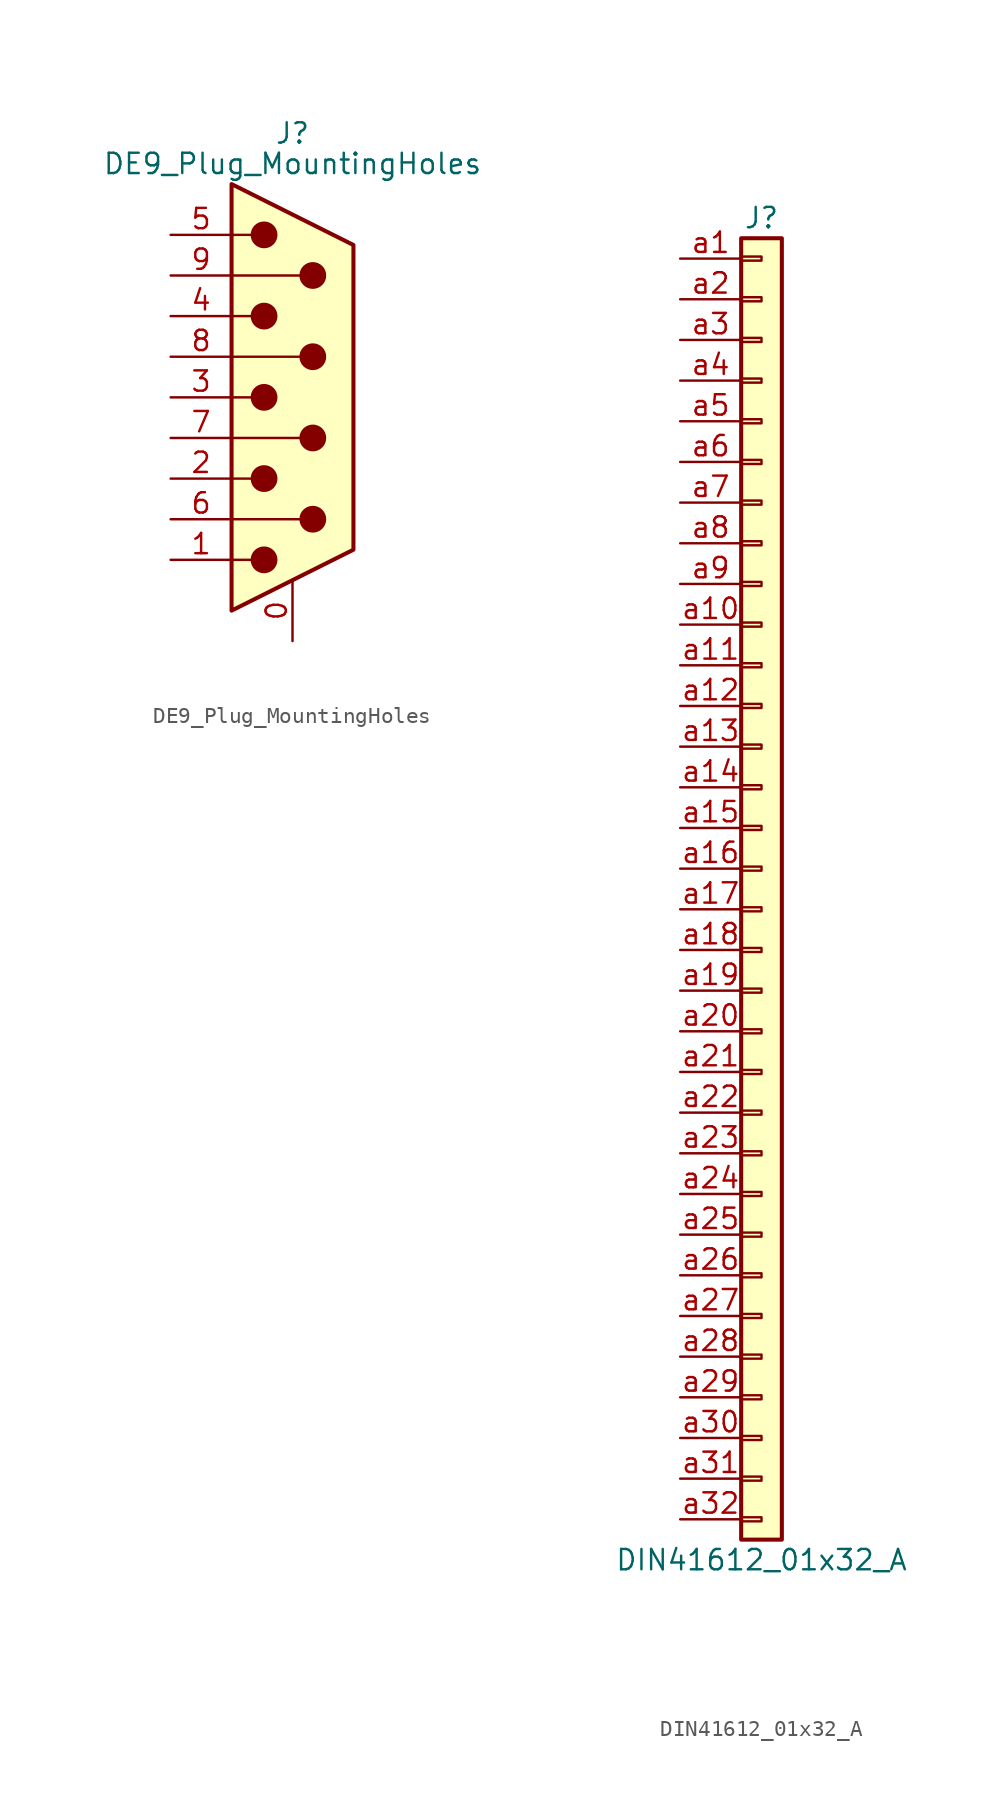
<source format=kicad_sym>
(kicad_symbol_lib
  (version 20220914)
  (generator kicad_symbol_editor)
  (symbol "DE9_Plug_MountingHoles"
    (pin_names
      (offset 1.016) hide)
    (property "Reference" "J"
      (at 0 16.51 0)
      (effects (font (size 1.27 1.27))))
    (property "Value" "DE9_Plug_MountingHoles"
      (at 0 14.605 0)
      (effects (font (size 1.27 1.27))))
    (symbol "DE9_Plug_MountingHoles_0_1"
      (circle (center -1.778 -10.16) (radius 0.762) (stroke (width 0) (type default)) (fill (type outline)))
      (circle (center -1.778 -5.08) (radius 0.762) (stroke (width 0) (type default)) (fill (type outline)))
      (circle (center -1.778 0) (radius 0.762) (stroke (width 0) (type default)) (fill (type outline)))
      (circle (center -1.778 5.08) (radius 0.762) (stroke (width 0) (type default)) (fill (type outline)))
      (circle (center -1.778 10.16) (radius 0.762) (stroke (width 0) (type default)) (fill (type outline)))
      (polyline (pts (xy -3.81 -10.16) (xy -2.54 -10.16)) (stroke (width 0) (type default)) (fill (type none)))
      (polyline (pts (xy -3.81 -7.62) (xy 0.508 -7.62)) (stroke (width 0) (type default)) (fill (type none)))
      (polyline (pts (xy -3.81 -5.08) (xy -2.54 -5.08)) (stroke (width 0) (type default)) (fill (type none)))
      (polyline (pts (xy -3.81 -2.54) (xy 0.508 -2.54)) (stroke (width 0) (type default)) (fill (type none)))
      (polyline (pts (xy -3.81 0) (xy -2.54 0)) (stroke (width 0) (type default)) (fill (type none)))
      (polyline (pts (xy -3.81 2.54) (xy 0.508 2.54)) (stroke (width 0) (type default)) (fill (type none)))
      (polyline (pts (xy -3.81 5.08) (xy -2.54 5.08)) (stroke (width 0) (type default)) (fill (type none)))
      (polyline (pts (xy -3.81 7.62) (xy 0.508 7.62)) (stroke (width 0) (type default)) (fill (type none)))
      (polyline (pts (xy -3.81 10.16) (xy -2.54 10.16)) (stroke (width 0) (type default)) (fill (type none)))
      (polyline (pts (xy -3.81 -13.335) (xy -3.81 13.335) (xy 3.81 9.525) (xy 3.81 -9.525) (xy -3.81 -13.335)) (stroke (width 0.254) (type default)) (fill (type background)))
      (circle (center 1.27 -7.62) (radius 0.762) (stroke (width 0) (type default)) (fill (type outline)))
      (circle (center 1.27 -2.54) (radius 0.762) (stroke (width 0) (type default)) (fill (type outline)))
      (circle (center 1.27 2.54) (radius 0.762) (stroke (width 0) (type default)) (fill (type outline)))
      (circle (center 1.27 7.62) (radius 0.762) (stroke (width 0) (type default)) (fill (type outline))))
    (symbol "DE9_Plug_MountingHoles_1_1"
      (pin passive line (at 0 -15.24 90) (length 3.81) (name "PAD" (effects (font (size 1.27 1.27)))) (number "0" (effects (font (size 1.27 1.27)))))
      (pin passive line (at -7.62 -10.16 0) (length 3.81) (name "1" (effects (font (size 1.27 1.27)))) (number "1" (effects (font (size 1.27 1.27)))))
      (pin passive line (at -7.62 -5.08 0) (length 3.81) (name "2" (effects (font (size 1.27 1.27)))) (number "2" (effects (font (size 1.27 1.27)))))
      (pin passive line (at -7.62 0 0) (length 3.81) (name "3" (effects (font (size 1.27 1.27)))) (number "3" (effects (font (size 1.27 1.27)))))
      (pin passive line (at -7.62 5.08 0) (length 3.81) (name "4" (effects (font (size 1.27 1.27)))) (number "4" (effects (font (size 1.27 1.27)))))
      (pin passive line (at -7.62 10.16 0) (length 3.81) (name "5" (effects (font (size 1.27 1.27)))) (number "5" (effects (font (size 1.27 1.27)))))
      (pin passive line (at -7.62 -7.62 0) (length 3.81) (name "6" (effects (font (size 1.27 1.27)))) (number "6" (effects (font (size 1.27 1.27)))))
      (pin passive line (at -7.62 -2.54 0) (length 3.81) (name "7" (effects (font (size 1.27 1.27)))) (number "7" (effects (font (size 1.27 1.27)))))
      (pin passive line (at -7.62 2.54 0) (length 3.81) (name "8" (effects (font (size 1.27 1.27)))) (number "8" (effects (font (size 1.27 1.27)))))
      (pin passive line (at -7.62 7.62 0) (length 3.81) (name "9" (effects (font (size 1.27 1.27)))) (number "9" (effects (font (size 1.27 1.27)))))))
  (symbol "DIN41612_01x32_A"
    (pin_names
      (offset 1.016) hide)
    (property "Reference" "J"
      (at 0 40.64 0)
      (effects (font (size 1.27 1.27))))
    (property "Value" "DIN41612_01x32_A"
      (at 0 -43.18 0)
      (effects (font (size 1.27 1.27))))
    (symbol "DIN41612_01x32_A_1_1"
      (rectangle (start -1.27 -40.513) (end 0 -40.767) (stroke (width 0.152) (type default)) (fill (type none)))
      (rectangle (start -1.27 -37.973) (end 0 -38.227) (stroke (width 0.152) (type default)) (fill (type none)))
      (rectangle (start -1.27 -35.433) (end 0 -35.687) (stroke (width 0.152) (type default)) (fill (type none)))
      (rectangle (start -1.27 -32.893) (end 0 -33.147) (stroke (width 0.152) (type default)) (fill (type none)))
      (rectangle (start -1.27 -30.353) (end 0 -30.607) (stroke (width 0.152) (type default)) (fill (type none)))
      (rectangle (start -1.27 -27.813) (end 0 -28.067) (stroke (width 0.152) (type default)) (fill (type none)))
      (rectangle (start -1.27 -25.273) (end 0 -25.527) (stroke (width 0.152) (type default)) (fill (type none)))
      (rectangle (start -1.27 -22.733) (end 0 -22.987) (stroke (width 0.152) (type default)) (fill (type none)))
      (rectangle (start -1.27 -20.193) (end 0 -20.447) (stroke (width 0.152) (type default)) (fill (type none)))
      (rectangle (start -1.27 -17.653) (end 0 -17.907) (stroke (width 0.152) (type default)) (fill (type none)))
      (rectangle (start -1.27 -15.113) (end 0 -15.367) (stroke (width 0.152) (type default)) (fill (type none)))
      (rectangle (start -1.27 -12.573) (end 0 -12.827) (stroke (width 0.152) (type default)) (fill (type none)))
      (rectangle (start -1.27 -10.033) (end 0 -10.287) (stroke (width 0.152) (type default)) (fill (type none)))
      (rectangle (start -1.27 -7.493) (end 0 -7.747) (stroke (width 0.152) (type default)) (fill (type none)))
      (rectangle (start -1.27 -4.953) (end 0 -5.207) (stroke (width 0.152) (type default)) (fill (type none)))
      (rectangle (start -1.27 -2.413) (end 0 -2.667) (stroke (width 0.152) (type default)) (fill (type none)))
      (rectangle (start -1.27 0.127) (end 0 -0.127) (stroke (width 0.152) (type default)) (fill (type none)))
      (rectangle (start -1.27 2.667) (end 0 2.413) (stroke (width 0.152) (type default)) (fill (type none)))
      (rectangle (start -1.27 5.207) (end 0 4.953) (stroke (width 0.152) (type default)) (fill (type none)))
      (rectangle (start -1.27 7.747) (end 0 7.493) (stroke (width 0.152) (type default)) (fill (type none)))
      (rectangle (start -1.27 10.287) (end 0 10.033) (stroke (width 0.152) (type default)) (fill (type none)))
      (rectangle (start -1.27 12.827) (end 0 12.573) (stroke (width 0.152) (type default)) (fill (type none)))
      (rectangle (start -1.27 15.367) (end 0 15.113) (stroke (width 0.152) (type default)) (fill (type none)))
      (rectangle (start -1.27 17.907) (end 0 17.653) (stroke (width 0.152) (type default)) (fill (type none)))
      (rectangle (start -1.27 20.447) (end 0 20.193) (stroke (width 0.152) (type default)) (fill (type none)))
      (rectangle (start -1.27 22.987) (end 0 22.733) (stroke (width 0.152) (type default)) (fill (type none)))
      (rectangle (start -1.27 25.527) (end 0 25.273) (stroke (width 0.152) (type default)) (fill (type none)))
      (rectangle (start -1.27 28.067) (end 0 27.813) (stroke (width 0.152) (type default)) (fill (type none)))
      (rectangle (start -1.27 30.607) (end 0 30.353) (stroke (width 0.152) (type default)) (fill (type none)))
      (rectangle (start -1.27 33.147) (end 0 32.893) (stroke (width 0.152) (type default)) (fill (type none)))
      (rectangle (start -1.27 35.687) (end 0 35.433) (stroke (width 0.152) (type default)) (fill (type none)))
      (rectangle (start -1.27 38.227) (end 0 37.973) (stroke (width 0.152) (type default)) (fill (type none)))
      (rectangle (start -1.27 39.37) (end 1.27 -41.91) (stroke (width 0.254) (type default)) (fill (type background)))
      (pin passive line (at -5.08 38.1 0) (length 3.81) (name "Pin_a1" (effects (font (size 1.27 1.27)))) (number "a1" (effects (font (size 1.27 1.27)))))
      (pin passive line (at -5.08 15.24 0) (length 3.81) (name "Pin_a10" (effects (font (size 1.27 1.27)))) (number "a10" (effects (font (size 1.27 1.27)))))
      (pin passive line (at -5.08 12.7 0) (length 3.81) (name "Pin_a11" (effects (font (size 1.27 1.27)))) (number "a11" (effects (font (size 1.27 1.27)))))
      (pin passive line (at -5.08 10.16 0) (length 3.81) (name "Pin_a12" (effects (font (size 1.27 1.27)))) (number "a12" (effects (font (size 1.27 1.27)))))
      (pin passive line (at -5.08 7.62 0) (length 3.81) (name "Pin_a13" (effects (font (size 1.27 1.27)))) (number "a13" (effects (font (size 1.27 1.27)))))
      (pin passive line (at -5.08 5.08 0) (length 3.81) (name "Pin_a14" (effects (font (size 1.27 1.27)))) (number "a14" (effects (font (size 1.27 1.27)))))
      (pin passive line (at -5.08 2.54 0) (length 3.81) (name "Pin_a15" (effects (font (size 1.27 1.27)))) (number "a15" (effects (font (size 1.27 1.27)))))
      (pin passive line (at -5.08 0 0) (length 3.81) (name "Pin_a16" (effects (font (size 1.27 1.27)))) (number "a16" (effects (font (size 1.27 1.27)))))
      (pin passive line (at -5.08 -2.54 0) (length 3.81) (name "Pin_a17" (effects (font (size 1.27 1.27)))) (number "a17" (effects (font (size 1.27 1.27)))))
      (pin passive line (at -5.08 -5.08 0) (length 3.81) (name "Pin_a18" (effects (font (size 1.27 1.27)))) (number "a18" (effects (font (size 1.27 1.27)))))
      (pin passive line (at -5.08 -7.62 0) (length 3.81) (name "Pin_a19" (effects (font (size 1.27 1.27)))) (number "a19" (effects (font (size 1.27 1.27)))))
      (pin passive line (at -5.08 35.56 0) (length 3.81) (name "Pin_a2" (effects (font (size 1.27 1.27)))) (number "a2" (effects (font (size 1.27 1.27)))))
      (pin passive line (at -5.08 -10.16 0) (length 3.81) (name "Pin_a20" (effects (font (size 1.27 1.27)))) (number "a20" (effects (font (size 1.27 1.27)))))
      (pin passive line (at -5.08 -12.7 0) (length 3.81) (name "Pin_a21" (effects (font (size 1.27 1.27)))) (number "a21" (effects (font (size 1.27 1.27)))))
      (pin passive line (at -5.08 -15.24 0) (length 3.81) (name "Pin_a22" (effects (font (size 1.27 1.27)))) (number "a22" (effects (font (size 1.27 1.27)))))
      (pin passive line (at -5.08 -17.78 0) (length 3.81) (name "Pin_a23" (effects (font (size 1.27 1.27)))) (number "a23" (effects (font (size 1.27 1.27)))))
      (pin passive line (at -5.08 -20.32 0) (length 3.81) (name "Pin_a24" (effects (font (size 1.27 1.27)))) (number "a24" (effects (font (size 1.27 1.27)))))
      (pin passive line (at -5.08 -22.86 0) (length 3.81) (name "Pin_a25" (effects (font (size 1.27 1.27)))) (number "a25" (effects (font (size 1.27 1.27)))))
      (pin passive line (at -5.08 -25.4 0) (length 3.81) (name "Pin_a26" (effects (font (size 1.27 1.27)))) (number "a26" (effects (font (size 1.27 1.27)))))
      (pin passive line (at -5.08 -27.94 0) (length 3.81) (name "Pin_a27" (effects (font (size 1.27 1.27)))) (number "a27" (effects (font (size 1.27 1.27)))))
      (pin passive line (at -5.08 -30.48 0) (length 3.81) (name "Pin_a28" (effects (font (size 1.27 1.27)))) (number "a28" (effects (font (size 1.27 1.27)))))
      (pin passive line (at -5.08 -33.02 0) (length 3.81) (name "Pin_a29" (effects (font (size 1.27 1.27)))) (number "a29" (effects (font (size 1.27 1.27)))))
      (pin passive line (at -5.08 33.02 0) (length 3.81) (name "Pin_a3" (effects (font (size 1.27 1.27)))) (number "a3" (effects (font (size 1.27 1.27)))))
      (pin passive line (at -5.08 -35.56 0) (length 3.81) (name "Pin_a30" (effects (font (size 1.27 1.27)))) (number "a30" (effects (font (size 1.27 1.27)))))
      (pin passive line (at -5.08 -38.1 0) (length 3.81) (name "Pin_a31" (effects (font (size 1.27 1.27)))) (number "a31" (effects (font (size 1.27 1.27)))))
      (pin passive line (at -5.08 -40.64 0) (length 3.81) (name "Pin_a32" (effects (font (size 1.27 1.27)))) (number "a32" (effects (font (size 1.27 1.27)))))
      (pin passive line (at -5.08 30.48 0) (length 3.81) (name "Pin_a4" (effects (font (size 1.27 1.27)))) (number "a4" (effects (font (size 1.27 1.27)))))
      (pin passive line (at -5.08 27.94 0) (length 3.81) (name "Pin_a5" (effects (font (size 1.27 1.27)))) (number "a5" (effects (font (size 1.27 1.27)))))
      (pin passive line (at -5.08 25.4 0) (length 3.81) (name "Pin_a6" (effects (font (size 1.27 1.27)))) (number "a6" (effects (font (size 1.27 1.27)))))
      (pin passive line (at -5.08 22.86 0) (length 3.81) (name "Pin_a7" (effects (font (size 1.27 1.27)))) (number "a7" (effects (font (size 1.27 1.27)))))
      (pin passive line (at -5.08 20.32 0) (length 3.81) (name "Pin_a8" (effects (font (size 1.27 1.27)))) (number "a8" (effects (font (size 1.27 1.27)))))
      (pin passive line (at -5.08 17.78 0) (length 3.81) (name "Pin_a9" (effects (font (size 1.27 1.27)))) (number "a9" (effects (font (size 1.27 1.27))))))))
</source>
